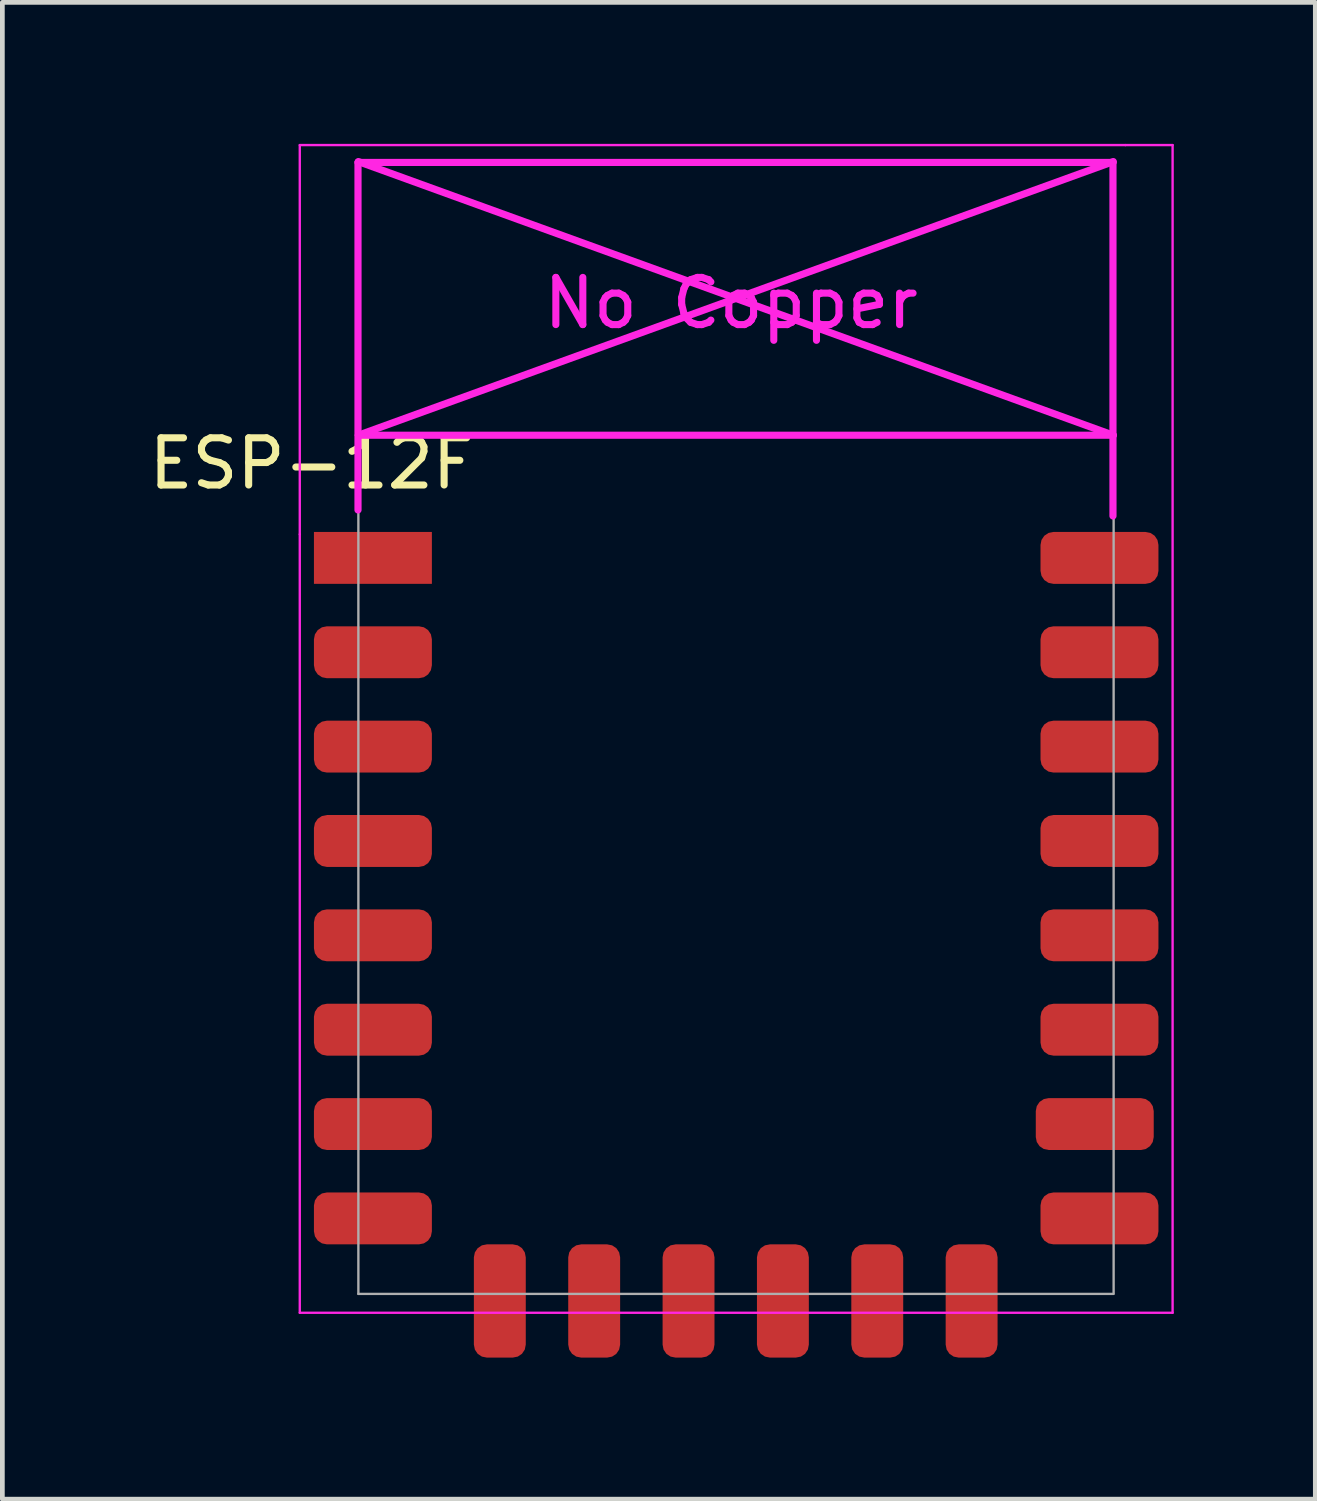
<source format=kicad_pcb>
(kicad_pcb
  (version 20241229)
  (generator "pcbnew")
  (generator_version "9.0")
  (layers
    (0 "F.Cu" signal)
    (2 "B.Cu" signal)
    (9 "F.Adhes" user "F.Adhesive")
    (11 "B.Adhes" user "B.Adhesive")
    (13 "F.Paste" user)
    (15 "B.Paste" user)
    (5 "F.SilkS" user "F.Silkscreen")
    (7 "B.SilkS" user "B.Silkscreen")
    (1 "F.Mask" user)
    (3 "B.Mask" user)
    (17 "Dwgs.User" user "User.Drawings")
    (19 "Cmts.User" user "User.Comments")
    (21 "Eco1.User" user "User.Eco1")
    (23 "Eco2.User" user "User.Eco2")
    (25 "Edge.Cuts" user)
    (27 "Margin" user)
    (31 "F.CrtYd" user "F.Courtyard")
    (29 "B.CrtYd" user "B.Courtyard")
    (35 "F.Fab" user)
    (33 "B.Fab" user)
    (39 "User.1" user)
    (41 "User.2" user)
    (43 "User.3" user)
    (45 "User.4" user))
  (footprint "ESP-12F"
    (layer "F.Cu")
    (at 5.554 8.775)
    (property "Reference" "ESP-12F" (at -2 -2 0) (layer "F.SilkS") (effects (font (size 1 1) (thickness 0.15))))
    (attr through_hole)
    (fp_line (start -2.25 -8.75) (end 15.25 -8.75) (stroke (width 0.05) (type solid)) (layer "F.CrtYd"))
    (fp_line (start -2.25 -0.5) (end -2.25 -8.75) (stroke (width 0.05) (type solid)) (layer "F.CrtYd"))
    (fp_line (start -2.25 16) (end -2.25 -0.5) (stroke (width 0.05) (type solid)) (layer "F.CrtYd"))
    (fp_line (start -1.016 -8.382) (end -1.016 -1.016) (stroke (width 0.152) (type solid)) (layer "F.CrtYd"))
    (fp_line (start -1.016 -8.382) (end 14.986 -8.382) (stroke (width 0.152) (type solid)) (layer "F.CrtYd"))
    (fp_line (start -1.008 -8.4) (end 14.992 -2.6) (stroke (width 0.152) (type solid)) (layer "F.CrtYd"))
    (fp_line (start -1.008 -2.6) (end 14.992 -2.6) (stroke (width 0.152) (type solid)) (layer "F.CrtYd"))
    (fp_line (start 14.986 -8.382) (end 14.986 -0.889) (stroke (width 0.152) (type solid)) (layer "F.CrtYd"))
    (fp_line (start 14.992 -8.4) (end -1.008 -2.6) (stroke (width 0.152) (type solid)) (layer "F.CrtYd"))
    (fp_line (start 15.25 -8.75) (end 16.25 -8.75) (stroke (width 0.05) (type solid)) (layer "F.CrtYd"))
    (fp_line (start 16.25 -8.75) (end 16.25 16) (stroke (width 0.05) (type solid)) (layer "F.CrtYd"))
    (fp_line (start 16.25 16) (end -2.25 16) (stroke (width 0.05) (type solid)) (layer "F.CrtYd"))
    (fp_line (start -1.008 -8.4) (end 14.992 -8.4) (stroke (width 0.05) (type solid)) (layer "F.Fab"))
    (fp_line (start -1.008 15.6) (end -1.008 -8.4) (stroke (width 0.05) (type solid)) (layer "F.Fab"))
    (fp_line (start 14.992 15.6) (end -1.008 15.6) (stroke (width 0.05) (type solid)) (layer "F.Fab"))
    (fp_line (start 15 -8.4) (end 15 15.6) (stroke (width 0.05) (type solid)) (layer "F.Fab"))
    (fp_text user "No Copper" (at 6.892 -5.4 0) (layer "F.CrtYd") (effects (font (size 1 1) (thickness 0.15))))
    (pad "1" smd rect (at 0 0) (size 2.5 1.1) (drill (offset -0.7 0)) (layers "F.Cu" "F.Mask" "F.Paste"))
    (pad "2" smd roundrect (at 0 2) (size 2.5 1.1) (drill (offset -0.7 0)) (layers "F.Cu" "F.Mask" "F.Paste") (roundrect_rratio 0.25))
    (pad "3" smd roundrect (at 0 4) (size 2.5 1.1) (drill (offset -0.7 0)) (layers "F.Cu" "F.Mask" "F.Paste") (roundrect_rratio 0.25))
    (pad "4" smd roundrect (at 0 6) (size 2.5 1.1) (drill (offset -0.7 0)) (layers "F.Cu" "F.Mask" "F.Paste") (roundrect_rratio 0.25))
    (pad "5" smd roundrect (at 0 8) (size 2.5 1.1) (drill (offset -0.7 0)) (layers "F.Cu" "F.Mask" "F.Paste") (roundrect_rratio 0.25))
    (pad "6" smd roundrect (at 0 10) (size 2.5 1.1) (drill (offset -0.7 0)) (layers "F.Cu" "F.Mask" "F.Paste") (roundrect_rratio 0.25))
    (pad "7" smd roundrect (at 0 12) (size 2.5 1.1) (drill (offset -0.7 0)) (layers "F.Cu" "F.Mask" "F.Paste") (roundrect_rratio 0.25))
    (pad "8" smd roundrect (at 0 14) (size 2.5 1.1) (drill (offset -0.7 0)) (layers "F.Cu" "F.Mask" "F.Paste") (roundrect_rratio 0.25))
    (pad "9" smd roundrect (at 1.99 15.75 90) (size 2.4 1.1) (layers "F.Cu" "F.Mask" "F.Paste") (roundrect_rratio 0.25))
    (pad "10" smd roundrect (at 3.99 15.75 90) (size 2.4 1.1) (layers "F.Cu" "F.Mask" "F.Paste") (roundrect_rratio 0.25))
    (pad "11" smd roundrect (at 5.99 15.75 90) (size 2.4 1.1) (layers "F.Cu" "F.Mask" "F.Paste") (roundrect_rratio 0.25))
    (pad "12" smd roundrect (at 7.99 15.75 90) (size 2.4 1.1) (layers "F.Cu" "F.Mask" "F.Paste") (roundrect_rratio 0.25))
    (pad "13" smd roundrect (at 9.99 15.75 90) (size 2.4 1.1) (layers "F.Cu" "F.Mask" "F.Paste") (roundrect_rratio 0.25))
    (pad "14" smd roundrect (at 11.99 15.75 90) (size 2.4 1.1) (layers "F.Cu" "F.Mask" "F.Paste") (roundrect_rratio 0.25))
    (pad "15" smd roundrect (at 14 14) (size 2.5 1.1) (drill (offset 0.7 0)) (layers "F.Cu" "F.Mask" "F.Paste") (roundrect_rratio 0.25))
    (pad "16" smd roundrect (at 14 12) (size 2.5 1.1) (drill (offset 0.6 0)) (layers "F.Cu" "F.Mask" "F.Paste") (roundrect_rratio 0.25))
    (pad "17" smd roundrect (at 14 10) (size 2.5 1.1) (drill (offset 0.7 0)) (layers "F.Cu" "F.Mask" "F.Paste") (roundrect_rratio 0.25))
    (pad "18" smd roundrect (at 14 8) (size 2.5 1.1) (drill (offset 0.7 0)) (layers "F.Cu" "F.Mask" "F.Paste") (roundrect_rratio 0.25))
    (pad "19" smd roundrect (at 14 6) (size 2.5 1.1) (drill (offset 0.7 0)) (layers "F.Cu" "F.Mask" "F.Paste") (roundrect_rratio 0.25))
    (pad "20" smd roundrect (at 14 4) (size 2.5 1.1) (drill (offset 0.7 0)) (layers "F.Cu" "F.Mask" "F.Paste") (roundrect_rratio 0.25))
    (pad "21" smd roundrect (at 14 2) (size 2.5 1.1) (drill (offset 0.7 0)) (layers "F.Cu" "F.Mask" "F.Paste") (roundrect_rratio 0.25))
    (pad "22" smd roundrect (at 14 0) (size 2.5 1.1) (drill (offset 0.7 0)) (layers "F.Cu" "F.Mask" "F.Paste") (roundrect_rratio 0.25)))
  (gr_rect
    (start -3 -3)
    (end 24.829 28.725)
    (stroke (width 0.1) (type default))
    (fill no)
    (layer "Edge.Cuts")))
</source>
